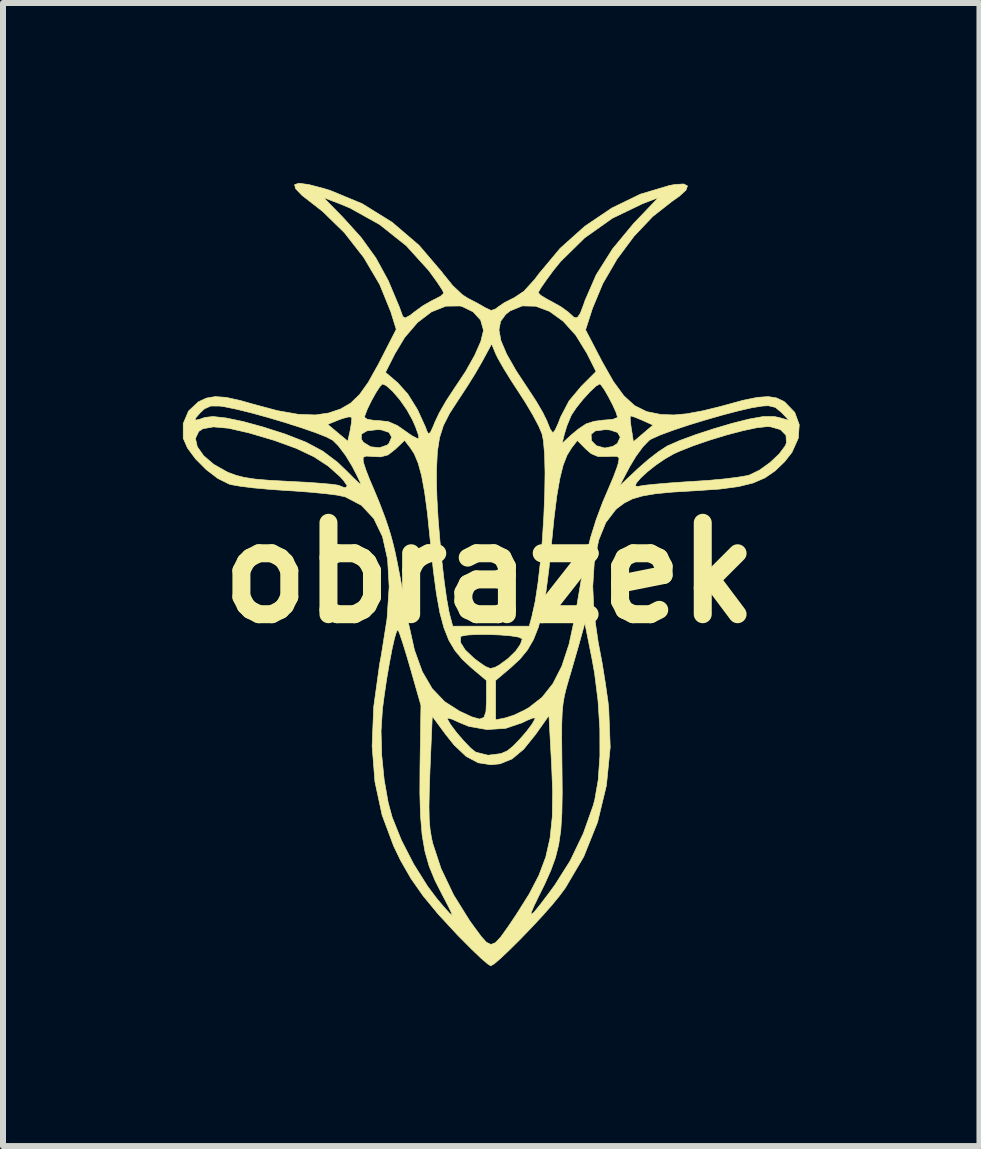
<source format=kicad_pcb>
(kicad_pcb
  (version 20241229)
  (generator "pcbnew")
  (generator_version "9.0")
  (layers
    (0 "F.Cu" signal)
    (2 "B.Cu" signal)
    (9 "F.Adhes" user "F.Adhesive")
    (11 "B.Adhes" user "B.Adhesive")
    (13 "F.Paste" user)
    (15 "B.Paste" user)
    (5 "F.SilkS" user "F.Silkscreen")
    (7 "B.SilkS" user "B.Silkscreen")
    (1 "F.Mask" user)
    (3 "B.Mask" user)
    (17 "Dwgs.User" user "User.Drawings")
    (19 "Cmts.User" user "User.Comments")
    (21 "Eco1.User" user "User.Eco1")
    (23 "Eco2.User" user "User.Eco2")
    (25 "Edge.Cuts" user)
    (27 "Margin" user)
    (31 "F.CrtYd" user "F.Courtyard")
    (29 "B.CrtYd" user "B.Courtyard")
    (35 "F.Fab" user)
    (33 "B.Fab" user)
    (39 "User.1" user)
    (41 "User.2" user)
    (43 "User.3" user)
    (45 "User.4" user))
  (footprint "obrazek"
    (layer "F.Cu")
    (at 5.112 6.502)
    (property "Reference" "obrazek" (at 0 0 0) (layer "F.SilkS") (effects (font (size 1.524 1.524) (thickness 0.3))))
    (attr through_hole)
    (fp_poly (pts (xy -3.01 -6.474) (xy -2.755 -6.407) (xy -2.657 -6.377) (xy -2.124 -6.156) (xy -1.625 -5.847) (xy -1.176 -5.463) (xy -0.793 -5.014) (xy -0.781 -4.997) (xy -0.612 -4.788) (xy -0.45 -4.636) (xy -0.363 -4.58) (xy -0.212 -4.502) (xy -0.082 -4.428) (xy -0.066 -4.419) (xy 0.028 -4.375) (xy 0.104 -4.402) (xy 0.137 -4.429) (xy 0.246 -4.504) (xy 0.391 -4.578) (xy 0.41 -4.586) (xy 0.537 -4.671) (xy 0.813 -4.671) (xy 0.854 -4.628) (xy 0.961 -4.563) (xy 1.035 -4.524) (xy 1.189 -4.438) (xy 1.315 -4.347) (xy 1.348 -4.316) (xy 1.415 -4.256) (xy 1.466 -4.257) (xy 1.515 -4.329) (xy 1.574 -4.486) (xy 1.592 -4.54) (xy 1.779 -4.969) (xy 2.053 -5.403) (xy 2.402 -5.824) (xy 2.43 -5.853) (xy 2.815 -6.256) (xy 2.551 -6.155) (xy 2.049 -5.913) (xy 1.587 -5.586) (xy 1.186 -5.192) (xy 1.063 -5.04) (xy 0.947 -4.882) (xy 0.859 -4.755) (xy 0.815 -4.679) (xy 0.813 -4.671) (xy 0.537 -4.671) (xy 0.573 -4.694) (xy 0.755 -4.895) (xy 0.828 -4.992) (xy 1.178 -5.411) (xy 1.589 -5.779) (xy 2.041 -6.084) (xy 2.517 -6.315) (xy 3 -6.459) (xy 3.086 -6.475) (xy 3.238 -6.485) (xy 3.302 -6.452) (xy 3.276 -6.381) (xy 3.163 -6.278) (xy 3.047 -6.197) (xy 2.723 -5.943) (xy 2.41 -5.613) (xy 2.126 -5.231) (xy 1.889 -4.823) (xy 1.718 -4.412) (xy 1.714 -4.401) (xy 1.602 -4.052) (xy 1.88 -3.518) (xy 2.065 -3.192) (xy 2.24 -2.953) (xy 2.419 -2.789) (xy 2.62 -2.689) (xy 2.857 -2.641) (xy 3.073 -2.633) (xy 3.285 -2.652) (xy 3.557 -2.702) (xy 3.855 -2.775) (xy 3.912 -2.791) (xy 4.227 -2.877) (xy 4.466 -2.926) (xy 4.646 -2.939) (xy 4.786 -2.917) (xy 4.903 -2.862) (xy 4.926 -2.846) (xy 5.09 -2.676) (xy 5.165 -2.471) (xy 5.149 -2.245) (xy 5.044 -2.01) (xy 4.923 -1.855) (xy 4.763 -1.701) (xy 4.593 -1.584) (xy 4.394 -1.498) (xy 4.149 -1.438) (xy 3.84 -1.397) (xy 3.448 -1.37) (xy 3.429 -1.369) (xy 3.058 -1.347) (xy 2.772 -1.32) (xy 2.554 -1.283) (xy 2.385 -1.234) (xy 2.25 -1.166) (xy 2.131 -1.078) (xy 2.101 -1.05) (xy 1.939 -0.838) (xy 1.821 -0.547) (xy 1.748 -0.187) (xy 1.722 0.226) (xy 1.743 0.682) (xy 1.814 1.166) (xy 1.824 1.217) (xy 1.88 1.513) (xy 1.933 1.845) (xy 1.977 2.156) (xy 1.988 2.256) (xy 2.013 2.905) (xy 1.95 3.543) (xy 1.802 4.157) (xy 1.572 4.732) (xy 1.265 5.254) (xy 1.166 5.387) (xy 1.04 5.541) (xy 0.88 5.722) (xy 0.7 5.915) (xy 0.516 6.106) (xy 0.341 6.28) (xy 0.19 6.423) (xy 0.079 6.519) (xy 0.02 6.553) (xy -0.034 6.518) (xy -0.144 6.423) (xy -0.295 6.279) (xy -0.472 6.101) (xy -0.54 6.032) (xy -0.855 5.691) (xy -1.106 5.387) (xy -1.31 5.096) (xy -1.482 4.796) (xy -1.598 4.556) (xy -1.791 4.038) (xy -1.91 3.484) (xy -1.957 2.888) (xy -1.947 2.635) (xy -1.808 2.635) (xy -1.797 3.041) (xy -1.756 3.452) (xy -1.689 3.832) (xy -1.623 4.075) (xy -1.469 4.458) (xy -1.264 4.857) (xy -1.031 5.228) (xy -0.875 5.435) (xy -0.758 5.574) (xy -0.668 5.673) (xy -0.622 5.714) (xy -0.62 5.714) (xy -0.635 5.667) (xy -0.689 5.555) (xy -0.77 5.4) (xy -0.782 5.378) (xy -0.909 5.129) (xy -1.006 4.892) (xy -1.076 4.646) (xy -1.123 4.374) (xy -1.15 4.056) (xy -1.155 3.898) (xy -1.009 3.898) (xy -1.005 4.105) (xy -0.991 4.272) (xy -0.967 4.421) (xy -0.946 4.512) (xy -0.809 4.929) (xy -0.599 5.369) (xy -0.331 5.8) (xy -0.252 5.909) (xy -0.138 6.063) (xy -0.051 6.16) (xy 0.023 6.196) (xy 0.099 6.167) (xy 0.191 6.068) (xy 0.314 5.895) (xy 0.446 5.699) (xy 0.696 5.699) (xy 0.746 5.655) (xy 0.847 5.53) (xy 1.003 5.324) (xy 1.094 5.199) (xy 1.346 4.8) (xy 1.564 4.346) (xy 1.728 3.883) (xy 1.755 3.785) (xy 1.813 3.453) (xy 1.841 3.051) (xy 1.84 2.602) (xy 1.81 2.134) (xy 1.752 1.672) (xy 1.712 1.448) (xy 1.59 0.838) (xy 1.527 1.067) (xy 1.484 1.221) (xy 1.422 1.435) (xy 1.354 1.671) (xy 1.329 1.753) (xy 1.283 1.913) (xy 1.249 2.05) (xy 1.226 2.185) (xy 1.212 2.335) (xy 1.205 2.521) (xy 1.204 2.761) (xy 1.207 3.076) (xy 1.209 3.239) (xy 1.213 3.665) (xy 1.207 4.009) (xy 1.189 4.292) (xy 1.154 4.532) (xy 1.1 4.749) (xy 1.022 4.964) (xy 0.918 5.196) (xy 0.837 5.359) (xy 0.744 5.55) (xy 0.696 5.663) (xy 0.696 5.699) (xy 0.446 5.699) (xy 0.454 5.686) (xy 0.664 5.352) (xy 0.824 5.043) (xy 0.938 4.74) (xy 1.01 4.422) (xy 1.047 4.065) (xy 1.053 3.65) (xy 1.036 3.209) (xy 0.991 2.379) (xy 0.771 2.691) (xy 0.57 2.941) (xy 0.377 3.102) (xy 0.177 3.184) (xy 0.025 3.2) (xy -0.189 3.167) (xy -0.39 3.06) (xy -0.591 2.87) (xy -0.73 2.695) (xy -0.923 2.434) (xy -0.704 2.434) (xy -0.65 2.529) (xy -0.549 2.663) (xy -0.428 2.804) (xy -0.312 2.924) (xy -0.229 2.99) (xy -0.025 3.041) (xy 0.191 3.014) (xy 0.297 2.968) (xy 0.389 2.894) (xy 0.503 2.777) (xy 0.619 2.643) (xy 0.711 2.52) (xy 0.76 2.433) (xy 0.762 2.42) (xy 0.722 2.421) (xy 0.62 2.462) (xy 0.546 2.499) (xy 0.268 2.593) (xy -0.042 2.613) (xy -0.345 2.56) (xy -0.501 2.496) (xy -0.623 2.44) (xy -0.695 2.422) (xy -0.704 2.434) (xy -0.923 2.434) (xy -0.954 2.391) (xy -0.992 3.282) (xy -1.004 3.63) (xy -1.009 3.898) (xy -1.155 3.898) (xy -1.161 3.674) (xy -1.159 3.239) (xy -1.143 2.21) (xy -1.317 1.6) (xy -1.386 1.364) (xy -1.448 1.164) (xy -1.497 1.019) (xy -1.525 0.951) (xy -1.526 0.949) (xy -1.549 0.977) (xy -1.583 1.088) (xy -1.624 1.268) (xy -1.668 1.5) (xy -1.714 1.767) (xy -1.756 2.053) (xy -1.785 2.273) (xy -1.808 2.635) (xy -1.947 2.635) (xy -1.931 2.238) (xy -1.833 1.527) (xy -1.804 1.372) (xy -1.708 0.764) (xy -1.673 0.231) (xy -1.699 -0.226) (xy -1.784 -0.605) (xy -1.929 -0.905) (xy -2.134 -1.125) (xy -2.398 -1.264) (xy -2.421 -1.271) (xy -2.541 -1.296) (xy -2.739 -1.321) (xy -2.991 -1.345) (xy -3.271 -1.366) (xy -3.378 -1.372) (xy -3.665 -1.392) (xy -3.931 -1.416) (xy -4.154 -1.444) (xy -4.309 -1.471) (xy -4.343 -1.481) (xy -4.53 -1.574) (xy -4.724 -1.722) (xy -4.901 -1.9) (xy -5.037 -2.083) (xy -5.105 -2.241) (xy -4.903 -2.241) (xy -4.872 -2.103) (xy -4.767 -1.954) (xy -4.599 -1.81) (xy -4.377 -1.684) (xy -4.35 -1.672) (xy -4.225 -1.626) (xy -4.086 -1.591) (xy -3.911 -1.564) (xy -3.68 -1.544) (xy -3.371 -1.527) (xy -3.314 -1.524) (xy -3.043 -1.51) (xy -2.809 -1.493) (xy -2.63 -1.477) (xy -2.525 -1.462) (xy -2.505 -1.455) (xy -2.43 -1.425) (xy -2.395 -1.422) (xy -2.373 -1.452) (xy -2.434 -1.541) (xy -2.492 -1.605) (xy -2.69 -1.781) (xy -2.928 -1.936) (xy -3.223 -2.076) (xy -3.59 -2.209) (xy -4.012 -2.334) (xy -4.349 -2.411) (xy -4.603 -2.434) (xy -4.779 -2.403) (xy -4.849 -2.357) (xy -4.903 -2.241) (xy -5.105 -2.241) (xy -5.107 -2.246) (xy -5.107 -2.249) (xy -5.107 -2.49) (xy -5.083 -2.545) (xy -4.904 -2.545) (xy -4.823 -2.564) (xy -4.748 -2.591) (xy -4.611 -2.607) (xy -4.394 -2.583) (xy -4.11 -2.524) (xy -3.771 -2.431) (xy -3.409 -2.315) (xy -3.058 -2.178) (xy -2.778 -2.028) (xy -2.537 -1.846) (xy -2.39 -1.706) (xy -2.271 -1.586) (xy -2.182 -1.502) (xy -2.145 -1.473) (xy -2.158 -1.514) (xy -2.209 -1.621) (xy -2.287 -1.773) (xy -2.293 -1.783) (xy -2.381 -1.928) (xy -2.106 -1.928) (xy -2.106 -1.866) (xy -2.098 -1.83) (xy -2.061 -1.716) (xy -1.996 -1.55) (xy -1.93 -1.397) (xy -1.837 -1.173) (xy -1.741 -0.92) (xy -1.687 -0.762) (xy -1.649 -0.639) (xy -1.614 -0.511) (xy -1.578 -0.365) (xy -1.54 -0.183) (xy -1.495 0.048) (xy -1.44 0.345) (xy -1.372 0.722) (xy -1.351 0.838) (xy -1.251 1.287) (xy -1.121 1.647) (xy -0.955 1.931) (xy -0.747 2.148) (xy -0.498 2.307) (xy -0.296 2.401) (xy -0.166 2.438) (xy -0.092 2.41) (xy -0.059 2.311) (xy -0.051 2.134) (xy -0.051 2.116) (xy -0.051 1.794) (xy 0.102 1.794) (xy 0.102 2.451) (xy 0.267 2.418) (xy 0.409 2.372) (xy 0.581 2.29) (xy 0.659 2.246) (xy 0.877 2.075) (xy 1.057 1.848) (xy 1.206 1.556) (xy 1.327 1.188) (xy 1.425 0.732) (xy 1.45 0.584) (xy 1.528 0.124) (xy 1.604 -0.258) (xy 1.685 -0.587) (xy 1.778 -0.886) (xy 1.888 -1.18) (xy 1.992 -1.422) (xy 2.003 -1.448) (xy 2.168 -1.448) (xy 2.169 -1.449) (xy 2.43 -1.449) (xy 2.477 -1.441) (xy 2.489 -1.444) (xy 2.584 -1.46) (xy 2.758 -1.478) (xy 2.991 -1.498) (xy 3.26 -1.517) (xy 3.378 -1.524) (xy 3.664 -1.543) (xy 3.929 -1.568) (xy 4.149 -1.596) (xy 4.301 -1.622) (xy 4.335 -1.632) (xy 4.501 -1.712) (xy 4.675 -1.837) (xy 4.828 -1.98) (xy 4.93 -2.116) (xy 4.951 -2.166) (xy 4.944 -2.294) (xy 4.852 -2.388) (xy 4.69 -2.435) (xy 4.626 -2.438) (xy 4.463 -2.421) (xy 4.232 -2.372) (xy 3.961 -2.301) (xy 3.674 -2.214) (xy 3.4 -2.12) (xy 3.163 -2.026) (xy 3.073 -1.985) (xy 2.925 -1.9) (xy 2.774 -1.797) (xy 2.635 -1.687) (xy 2.523 -1.584) (xy 2.45 -1.5) (xy 2.43 -1.449) (xy 2.169 -1.449) (xy 2.471 -1.734) (xy 2.643 -1.885) (xy 2.817 -2.02) (xy 2.96 -2.113) (xy 2.974 -2.12) (xy 3.171 -2.206) (xy 3.437 -2.304) (xy 3.74 -2.403) (xy 4.049 -2.494) (xy 4.322 -2.563) (xy 4.567 -2.607) (xy 4.748 -2.607) (xy 4.825 -2.591) (xy 4.994 -2.543) (xy 4.872 -2.672) (xy 4.767 -2.759) (xy 4.649 -2.787) (xy 4.547 -2.781) (xy 4.378 -2.754) (xy 4.15 -2.701) (xy 3.883 -2.631) (xy 3.598 -2.549) (xy 3.316 -2.463) (xy 3.059 -2.377) (xy 2.848 -2.299) (xy 2.704 -2.235) (xy 2.664 -2.211) (xy 2.56 -2.104) (xy 2.441 -1.942) (xy 2.338 -1.77) (xy 2.168 -1.448) (xy 2.003 -1.448) (xy 2.066 -1.597) (xy 2.124 -1.753) (xy 2.148 -1.829) (xy 2.161 -1.908) (xy 2.132 -1.942) (xy 2.036 -1.944) (xy 1.965 -1.939) (xy 1.808 -1.94) (xy 1.695 -1.988) (xy 1.607 -2.064) (xy 1.465 -2.207) (xy 1.367 -2.081) (xy 1.292 -1.959) (xy 1.228 -1.794) (xy 1.173 -1.573) (xy 1.123 -1.285) (xy 1.077 -0.918) (xy 1.041 -0.559) (xy 0.992 -0.074) (xy 0.941 0.323) (xy 0.884 0.645) (xy 0.816 0.904) (xy 0.733 1.114) (xy 0.632 1.287) (xy 0.508 1.438) (xy 0.356 1.579) (xy 0.102 1.794) (xy -0.051 1.794) (xy -0.306 1.579) (xy -0.455 1.44) (xy -0.578 1.292) (xy -0.656 1.16) (xy -0.484 1.16) (xy -0.406 1.284) (xy -0.258 1.425) (xy -0.194 1.474) (xy -0.069 1.561) (xy 0.012 1.594) (xy 0.085 1.579) (xy 0.164 1.536) (xy 0.305 1.433) (xy 0.436 1.306) (xy 0.439 1.302) (xy 0.515 1.193) (xy 0.545 1.109) (xy 0.544 1.099) (xy 0.488 1.072) (xy 0.358 1.051) (xy 0.18 1.036) (xy -0.018 1.028) (xy -0.21 1.028) (xy -0.368 1.037) (xy -0.466 1.055) (xy -0.482 1.066) (xy -0.484 1.16) (xy -0.656 1.16) (xy -0.679 1.121) (xy -0.76 0.916) (xy -0.828 0.662) (xy -0.885 0.346) (xy -0.937 -0.044) (xy -0.986 -0.521) (xy -0.99 -0.559) (xy -1.035 -0.998) (xy -1.082 -1.347) (xy -1.11 -1.499) (xy -0.884 -1.499) (xy -0.875 -1.22) (xy -0.856 -0.893) (xy -0.827 -0.542) (xy -0.793 -0.188) (xy -0.755 0.143) (xy -0.715 0.429) (xy -0.676 0.647) (xy -0.66 0.711) (xy -0.613 0.889) (xy 0.663 0.889) (xy 0.711 0.711) (xy 0.763 0.472) (xy 0.809 0.167) (xy 0.849 -0.183) (xy 0.882 -0.561) (xy 0.906 -0.948) (xy 0.921 -1.323) (xy 0.926 -1.67) (xy 0.919 -1.968) (xy 0.903 -2.159) (xy 1.211 -2.159) (xy 1.355 -2.292) (xy 1.377 -2.311) (xy 1.695 -2.311) (xy 1.699 -2.205) (xy 1.781 -2.121) (xy 1.916 -2.083) (xy 1.93 -2.083) (xy 2.057 -2.109) (xy 2.133 -2.158) (xy 2.18 -2.263) (xy 2.135 -2.341) (xy 2.007 -2.383) (xy 1.93 -2.388) (xy 1.765 -2.367) (xy 1.695 -2.311) (xy 1.377 -2.311) (xy 1.483 -2.399) (xy 1.605 -2.48) (xy 1.616 -2.486) (xy 1.745 -2.527) (xy 1.909 -2.548) (xy 1.933 -2.549) (xy 2.059 -2.561) (xy 2.066 -2.564) (xy 2.346 -2.564) (xy 2.359 -2.447) (xy 2.367 -2.395) (xy 2.4 -2.186) (xy 2.563 -2.325) (xy 2.726 -2.464) (xy 2.544 -2.546) (xy 2.426 -2.595) (xy 2.355 -2.617) (xy 2.348 -2.616) (xy 2.346 -2.564) (xy 2.066 -2.564) (xy 2.129 -2.588) (xy 2.134 -2.598) (xy 2.111 -2.675) (xy 2.056 -2.797) (xy 1.984 -2.936) (xy 1.912 -3.06) (xy 1.856 -3.137) (xy 1.838 -3.15) (xy 1.774 -3.113) (xy 1.673 -3.018) (xy 1.557 -2.89) (xy 1.448 -2.754) (xy 1.369 -2.636) (xy 1.359 -2.616) (xy 1.292 -2.455) (xy 1.248 -2.311) (xy 1.211 -2.159) (xy 0.903 -2.159) (xy 0.9 -2.199) (xy 0.876 -2.318) (xy 0.821 -2.447) (xy 0.723 -2.632) (xy 0.596 -2.845) (xy 0.493 -3.005) (xy 0.356 -3.215) (xy 0.235 -3.412) (xy 0.144 -3.57) (xy 0.105 -3.649) (xy 0.036 -3.817) (xy -0.124 -3.521) (xy -0.236 -3.327) (xy -0.378 -3.099) (xy -0.518 -2.886) (xy -0.521 -2.882) (xy -0.666 -2.658) (xy -0.768 -2.458) (xy -0.833 -2.254) (xy -0.869 -2.02) (xy -0.883 -1.729) (xy -0.884 -1.499) (xy -1.11 -1.499) (xy -1.132 -1.62) (xy -1.189 -1.828) (xy -1.254 -1.984) (xy -1.318 -2.083) (xy -1.416 -2.209) (xy -1.568 -2.064) (xy -1.691 -1.967) (xy -1.814 -1.934) (xy -1.925 -1.939) (xy -2.054 -1.947) (xy -2.106 -1.928) (xy -2.381 -1.928) (xy -2.402 -1.962) (xy -2.522 -2.12) (xy -2.613 -2.211) (xy -2.716 -2.265) (xy -2.896 -2.336) (xy -3.132 -2.418) (xy -3.313 -2.476) (xy -2.698 -2.476) (xy -2.53 -2.335) (xy -2.362 -2.195) (xy -2.355 -2.23) (xy -2.138 -2.23) (xy -2.1 -2.175) (xy -1.98 -2.102) (xy -1.833 -2.087) (xy -1.706 -2.131) (xy -1.677 -2.158) (xy -1.631 -2.263) (xy -1.676 -2.342) (xy -1.802 -2.384) (xy -1.868 -2.388) (xy -2.043 -2.368) (xy -2.135 -2.313) (xy -2.138 -2.23) (xy -2.355 -2.23) (xy -2.323 -2.377) (xy -2.301 -2.506) (xy -2.296 -2.588) (xy -2.297 -2.592) (xy -2.083 -2.592) (xy -2.037 -2.561) (xy -1.923 -2.542) (xy -1.858 -2.54) (xy -1.688 -2.522) (xy -1.536 -2.456) (xy -1.414 -2.371) (xy -1.291 -2.285) (xy -1.204 -2.241) (xy -1.177 -2.243) (xy -1.188 -2.308) (xy -1.233 -2.434) (xy -1.285 -2.552) (xy -1.377 -2.718) (xy -1.493 -2.884) (xy -1.614 -3.026) (xy -1.721 -3.122) (xy -1.783 -3.15) (xy -1.826 -3.108) (xy -1.894 -3.004) (xy -1.969 -2.869) (xy -2.036 -2.732) (xy -2.077 -2.625) (xy -2.083 -2.592) (xy -2.297 -2.592) (xy -2.298 -2.595) (xy -2.348 -2.601) (xy -2.458 -2.571) (xy -2.505 -2.554) (xy -2.698 -2.476) (xy -3.313 -2.476) (xy -3.404 -2.505) (xy -3.69 -2.59) (xy -3.969 -2.667) (xy -4.22 -2.729) (xy -4.421 -2.77) (xy -4.496 -2.781) (xy -4.647 -2.782) (xy -4.753 -2.735) (xy -4.822 -2.671) (xy -4.902 -2.579) (xy -4.904 -2.545) (xy -5.083 -2.545) (xy -5.019 -2.698) (xy -4.855 -2.851) (xy -4.721 -2.914) (xy -4.574 -2.939) (xy -4.391 -2.926) (xy -4.151 -2.873) (xy -3.959 -2.818) (xy -3.538 -2.705) (xy -3.191 -2.644) (xy -2.905 -2.633) (xy -2.683 -2.665) (xy -2.482 -2.733) (xy -2.315 -2.83) (xy -2.166 -2.974) (xy -2.02 -3.179) (xy -1.929 -3.343) (xy -1.734 -3.343) (xy -1.53 -3.169) (xy -1.362 -2.981) (xy -1.201 -2.723) (xy -1.065 -2.425) (xy -1.043 -2.362) (xy -1.016 -2.317) (xy -0.984 -2.344) (xy -0.934 -2.453) (xy -0.916 -2.501) (xy -0.838 -2.666) (xy -0.723 -2.867) (xy -0.597 -3.059) (xy -0.4 -3.355) (xy -0.247 -3.627) (xy -0.145 -3.858) (xy -0.102 -4.033) (xy -0.102 -4.052) (xy 0.158 -4.052) (xy 0.19 -3.873) (xy 0.285 -3.649) (xy 0.444 -3.37) (xy 0.654 -3.052) (xy 0.779 -2.861) (xy 0.885 -2.68) (xy 0.955 -2.539) (xy 0.967 -2.508) (xy 1.013 -2.395) (xy 1.054 -2.338) (xy 1.059 -2.337) (xy 1.094 -2.38) (xy 1.146 -2.493) (xy 1.186 -2.598) (xy 1.326 -2.866) (xy 1.528 -3.108) (xy 1.777 -3.357) (xy 1.624 -3.661) (xy 1.439 -3.962) (xy 1.228 -4.196) (xy 1.001 -4.36) (xy 0.771 -4.446) (xy 0.547 -4.451) (xy 0.343 -4.368) (xy 0.269 -4.308) (xy 0.185 -4.194) (xy 0.158 -4.052) (xy -0.102 -4.052) (xy -0.102 -4.053) (xy -0.148 -4.215) (xy -0.273 -4.352) (xy -0.453 -4.44) (xy -0.493 -4.45) (xy -0.727 -4.447) (xy -0.967 -4.352) (xy -1.2 -4.175) (xy -1.415 -3.924) (xy -1.577 -3.654) (xy -1.734 -3.343) (xy -1.929 -3.343) (xy -1.861 -3.463) (xy -1.83 -3.523) (xy -1.555 -4.06) (xy -1.646 -4.354) (xy -1.831 -4.809) (xy -2.096 -5.258) (xy -2.42 -5.673) (xy -2.783 -6.027) (xy -2.928 -6.14) (xy -3.078 -6.257) (xy -2.767 -6.257) (xy -2.441 -5.925) (xy -2.139 -5.59) (xy -1.894 -5.25) (xy -1.689 -4.875) (xy -1.505 -4.438) (xy -1.446 -4.275) (xy -1.407 -4.25) (xy -1.322 -4.295) (xy -1.257 -4.347) (xy -1.107 -4.456) (xy -0.95 -4.545) (xy -0.927 -4.555) (xy -0.817 -4.612) (xy -0.763 -4.661) (xy -0.762 -4.667) (xy -0.791 -4.724) (xy -0.867 -4.84) (xy -0.977 -4.992) (xy -1.012 -5.04) (xy -1.388 -5.455) (xy -1.832 -5.808) (xy -2.324 -6.082) (xy -2.501 -6.156) (xy -2.767 -6.257) (xy -3.078 -6.257) (xy -3.127 -6.295) (xy -3.234 -6.407) (xy -3.25 -6.474) (xy -3.176 -6.497) (xy -3.01 -6.474)) (stroke (width 0.01) (type solid)) (fill yes) (layer "F.SilkS")))
  (gr_rect
    (start -3 -3)
    (end 13.282 16.06)
    (stroke (width 0.1) (type default))
    (fill no)
    (layer "Edge.Cuts")))
</source>
